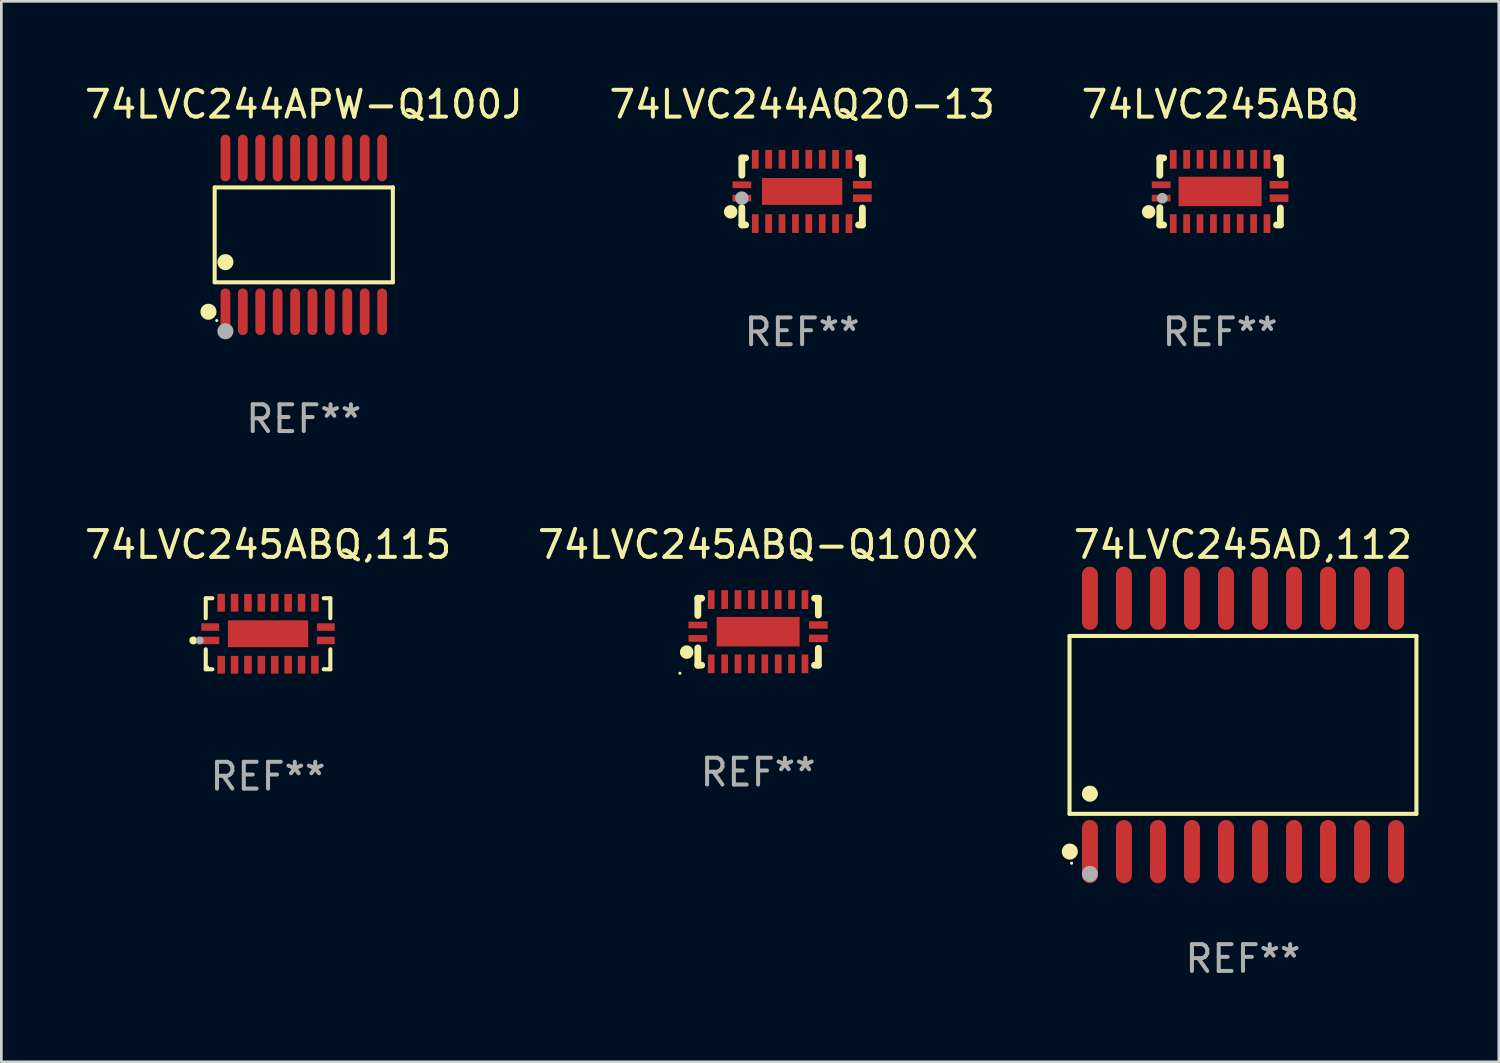
<source format=kicad_pcb>
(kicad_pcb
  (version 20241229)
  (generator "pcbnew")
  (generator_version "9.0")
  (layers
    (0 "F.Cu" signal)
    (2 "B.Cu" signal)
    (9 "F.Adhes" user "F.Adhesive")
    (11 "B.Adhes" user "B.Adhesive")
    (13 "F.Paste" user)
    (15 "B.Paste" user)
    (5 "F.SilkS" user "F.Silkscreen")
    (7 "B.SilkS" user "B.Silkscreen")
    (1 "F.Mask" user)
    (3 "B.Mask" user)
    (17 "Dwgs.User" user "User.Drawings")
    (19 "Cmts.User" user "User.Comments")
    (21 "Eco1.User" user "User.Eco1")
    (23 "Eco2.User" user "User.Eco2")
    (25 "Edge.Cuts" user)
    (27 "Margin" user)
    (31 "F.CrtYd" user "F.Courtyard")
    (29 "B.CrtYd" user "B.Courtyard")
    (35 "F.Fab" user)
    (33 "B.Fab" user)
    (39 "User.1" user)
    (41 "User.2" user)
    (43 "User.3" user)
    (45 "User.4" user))
  (footprint "74LVC245AD,112"
    (layer "F.Cu")
    (at 43.36 24.017)
    (property "Reference" "74LVC245AD,112" (at 0 -6.73 0) (layer "F.SilkS") (effects (font (size 1 1) (thickness 0.15))))
    (attr through_hole)
    (fp_line (start -6.476 -3.321) (end 6.476 -3.321) (stroke (width 0.152) (type solid)) (layer "F.SilkS"))
    (fp_line (start -6.476 3.321) (end -6.476 -3.321) (stroke (width 0.152) (type solid)) (layer "F.SilkS"))
    (fp_line (start 6.476 -3.321) (end 6.476 3.321) (stroke (width 0.152) (type solid)) (layer "F.SilkS"))
    (fp_line (start 6.476 3.321) (end -6.476 3.321) (stroke (width 0.152) (type solid)) (layer "F.SilkS"))
    (fp_circle (center -6.465 4.73) (end -6.315 4.73) (stroke (width 0.3) (type solid)) (fill no) (layer "F.SilkS"))
    (fp_circle (center -6.4 5.163) (end -6.37 5.163) (stroke (width 0.06) (type solid)) (fill no) (layer "F.SilkS"))
    (fp_circle (center -5.715 2.569) (end -5.565 2.569) (stroke (width 0.3) (type solid)) (fill no) (layer "F.SilkS"))
    (fp_circle (center -5.715 5.563) (end -5.565 5.563) (stroke (width 0.3) (type solid)) (fill no) (layer "F.Fab"))
    (fp_text user "REF**" (at 0 8.73 0) (layer "F.Fab") (effects (font (size 1 1) (thickness 0.15))))
    (pad "1" smd oval (at -5.715 4.73) (size 0.595 2.36) (layers "F.Cu" "F.Mask" "F.Paste"))
    (pad "2" smd oval (at -4.445 4.73) (size 0.595 2.36) (layers "F.Cu" "F.Mask" "F.Paste"))
    (pad "3" smd oval (at -3.175 4.73) (size 0.595 2.36) (layers "F.Cu" "F.Mask" "F.Paste"))
    (pad "4" smd oval (at -1.905 4.73) (size 0.595 2.36) (layers "F.Cu" "F.Mask" "F.Paste"))
    (pad "5" smd oval (at -0.635 4.73) (size 0.595 2.36) (layers "F.Cu" "F.Mask" "F.Paste"))
    (pad "6" smd oval (at 0.635 4.73) (size 0.595 2.36) (layers "F.Cu" "F.Mask" "F.Paste"))
    (pad "7" smd oval (at 1.905 4.73) (size 0.595 2.36) (layers "F.Cu" "F.Mask" "F.Paste"))
    (pad "8" smd oval (at 3.175 4.73) (size 0.595 2.36) (layers "F.Cu" "F.Mask" "F.Paste"))
    (pad "9" smd oval (at 4.445 4.73) (size 0.595 2.36) (layers "F.Cu" "F.Mask" "F.Paste"))
    (pad "10" smd oval (at 5.715 4.73) (size 0.595 2.36) (layers "F.Cu" "F.Mask" "F.Paste"))
    (pad "11" smd oval (at 5.715 -4.73) (size 0.595 2.36) (layers "F.Cu" "F.Mask" "F.Paste"))
    (pad "12" smd oval (at 4.445 -4.73) (size 0.595 2.36) (layers "F.Cu" "F.Mask" "F.Paste"))
    (pad "13" smd oval (at 3.175 -4.73) (size 0.595 2.36) (layers "F.Cu" "F.Mask" "F.Paste"))
    (pad "14" smd oval (at 1.905 -4.73) (size 0.595 2.36) (layers "F.Cu" "F.Mask" "F.Paste"))
    (pad "15" smd oval (at 0.635 -4.73) (size 0.595 2.36) (layers "F.Cu" "F.Mask" "F.Paste"))
    (pad "16" smd oval (at -0.635 -4.73) (size 0.595 2.36) (layers "F.Cu" "F.Mask" "F.Paste"))
    (pad "17" smd oval (at -1.905 -4.73) (size 0.595 2.36) (layers "F.Cu" "F.Mask" "F.Paste"))
    (pad "18" smd oval (at -3.175 -4.73) (size 0.595 2.36) (layers "F.Cu" "F.Mask" "F.Paste"))
    (pad "19" smd oval (at -4.445 -4.73) (size 0.595 2.36) (layers "F.Cu" "F.Mask" "F.Paste"))
    (pad "20" smd oval (at -5.715 -4.73) (size 0.595 2.36) (layers "F.Cu" "F.Mask" "F.Paste")))
  (footprint "74LVC245ABQ-Q100X"
    (layer "F.Cu")
    (at 25.256 20.537)
    (property "Reference" "74LVC245ABQ-Q100X" (at 0 -3.25 0) (layer "F.SilkS") (effects (font (size 1 1) (thickness 0.15))))
    (attr through_hole)
    (fp_line (start -2.25 0.605) (end -2.25 1.25) (stroke (width 0.254) (type solid)) (layer "F.SilkS"))
    (fp_line (start -2.25 1.25) (end -2.107 1.25) (stroke (width 0.254) (type solid)) (layer "F.SilkS"))
    (fp_line (start -2.25 -1.25) (end -2.25 -0.606) (stroke (width 0.254) (type solid)) (layer "F.SilkS"))
    (fp_line (start -2.25 -1.25) (end -2.107 -1.25) (stroke (width 0.254) (type solid)) (layer "F.SilkS"))
    (fp_line (start 2.107 -1.25) (end 2.25 -1.25) (stroke (width 0.254) (type solid)) (layer "F.SilkS"))
    (fp_line (start 2.107 1.25) (end 2.25 1.25) (stroke (width 0.254) (type solid)) (layer "F.SilkS"))
    (fp_line (start 2.25 -1.25) (end 2.25 -0.622) (stroke (width 0.254) (type solid)) (layer "F.SilkS"))
    (fp_line (start 2.25 0.62) (end 2.25 1.25) (stroke (width 0.254) (type solid)) (layer "F.SilkS"))
    (fp_circle (center -2.921 1.55) (end -2.891 1.55) (stroke (width 0.06) (type solid)) (fill no) (layer "F.SilkS"))
    (fp_circle (center -2.667 0.762) (end -2.54 0.762) (stroke (width 0.254) (type solid)) (fill no) (layer "F.SilkS"))
    (fp_text user "REF**" (at 0 5.25 0) (layer "F.Fab") (effects (font (size 1 1) (thickness 0.15))))
    (pad "1" smd rect (at -2.25 0.25 180) (size 0.7 0.25) (layers "F.Cu" "F.Mask" "F.Paste"))
    (pad "2" smd rect (at -1.75 1.2 90) (size 0.7 0.25) (layers "F.Cu" "F.Mask" "F.Paste"))
    (pad "3" smd rect (at -1.25 1.2 90) (size 0.7 0.25) (layers "F.Cu" "F.Mask" "F.Paste"))
    (pad "4" smd rect (at -0.751 1.2 90) (size 0.7 0.25) (layers "F.Cu" "F.Mask" "F.Paste"))
    (pad "5" smd rect (at -0.25 1.2 90) (size 0.7 0.25) (layers "F.Cu" "F.Mask" "F.Paste"))
    (pad "6" smd rect (at 0.25 1.2 90) (size 0.7 0.25) (layers "F.Cu" "F.Mask" "F.Paste"))
    (pad "7" smd rect (at 0.751 1.2 90) (size 0.7 0.25) (layers "F.Cu" "F.Mask" "F.Paste"))
    (pad "8" smd rect (at 1.25 1.2 90) (size 0.7 0.25) (layers "F.Cu" "F.Mask" "F.Paste"))
    (pad "9" smd rect (at 1.75 1.2 90) (size 0.7 0.25) (layers "F.Cu" "F.Mask" "F.Paste"))
    (pad "10" smd rect (at 2.25 0.25 180) (size 0.7 0.28) (layers "F.Cu" "F.Mask" "F.Paste"))
    (pad "11" smd rect (at 2.25 -0.251 180) (size 0.7 0.28) (layers "F.Cu" "F.Mask" "F.Paste"))
    (pad "12" smd rect (at 1.75 -1.2 90) (size 0.7 0.25) (layers "F.Cu" "F.Mask" "F.Paste"))
    (pad "13" smd rect (at 1.25 -1.2 90) (size 0.7 0.25) (layers "F.Cu" "F.Mask" "F.Paste"))
    (pad "14" smd rect (at 0.751 -1.2 90) (size 0.7 0.25) (layers "F.Cu" "F.Mask" "F.Paste"))
    (pad "15" smd rect (at 0.25 -1.2 90) (size 0.7 0.25) (layers "F.Cu" "F.Mask" "F.Paste"))
    (pad "16" smd rect (at -0.25 -1.2 90) (size 0.7 0.25) (layers "F.Cu" "F.Mask" "F.Paste"))
    (pad "17" smd rect (at -0.751 -1.2 90) (size 0.7 0.25) (layers "F.Cu" "F.Mask" "F.Paste"))
    (pad "18" smd rect (at -1.25 -1.2 90) (size 0.7 0.25) (layers "F.Cu" "F.Mask" "F.Paste"))
    (pad "19" smd rect (at -1.75 -1.2 90) (size 0.7 0.25) (layers "F.Cu" "F.Mask" "F.Paste"))
    (pad "20" smd rect (at -2.25 -0.25 180) (size 0.7 0.25) (layers "F.Cu" "F.Mask" "F.Paste"))
    (pad "21" smd rect (at 0 -0.001 180) (size 3.1 1.1) (layers "F.Cu" "F.Mask" "F.Paste")))
  (footprint "74LVC245ABQ"
    (layer "F.Cu")
    (at 42.506 4.098)
    (property "Reference" "74LVC245ABQ" (at 0 -3.25 0) (layer "F.SilkS") (effects (font (size 1 1) (thickness 0.15))))
    (attr through_hole)
    (fp_line (start -2.25 0.605) (end -2.25 1.25) (stroke (width 0.254) (type solid)) (layer "F.SilkS"))
    (fp_line (start -2.25 1.25) (end -2.107 1.25) (stroke (width 0.254) (type solid)) (layer "F.SilkS"))
    (fp_line (start -2.25 -1.25) (end -2.25 -0.606) (stroke (width 0.254) (type solid)) (layer "F.SilkS"))
    (fp_line (start -2.25 -1.25) (end -2.107 -1.25) (stroke (width 0.254) (type solid)) (layer "F.SilkS"))
    (fp_line (start 2.107 -1.25) (end 2.25 -1.25) (stroke (width 0.254) (type solid)) (layer "F.SilkS"))
    (fp_line (start 2.107 1.25) (end 2.25 1.25) (stroke (width 0.254) (type solid)) (layer "F.SilkS"))
    (fp_line (start 2.25 -1.25) (end 2.25 -0.622) (stroke (width 0.254) (type solid)) (layer "F.SilkS"))
    (fp_line (start 2.25 0.62) (end 2.25 1.25) (stroke (width 0.254) (type solid)) (layer "F.SilkS"))
    (fp_circle (center -2.667 0.762) (end -2.54 0.762) (stroke (width 0.254) (type solid)) (fill no) (layer "F.SilkS"))
    (fp_circle (center -2.25 1.249) (end -2.22 1.249) (stroke (width 0.06) (type solid)) (fill no) (layer "F.SilkS"))
    (fp_circle (center -2.159 0.254) (end -2.059 0.254) (stroke (width 0.2) (type solid)) (fill no) (layer "F.Fab"))
    (fp_text user "REF**" (at 0 5.25 0) (layer "F.Fab") (effects (font (size 1 1) (thickness 0.15))))
    (pad "1" smd rect (at -2.2 0.25 180) (size 0.7 0.25) (layers "F.Cu" "F.Mask" "F.Paste"))
    (pad "2" smd rect (at -1.75 1.2 90) (size 0.7 0.25) (layers "F.Cu" "F.Mask" "F.Paste"))
    (pad "3" smd rect (at -1.25 1.2 90) (size 0.7 0.25) (layers "F.Cu" "F.Mask" "F.Paste"))
    (pad "4" smd rect (at -0.75 1.2 90) (size 0.7 0.25) (layers "F.Cu" "F.Mask" "F.Paste"))
    (pad "5" smd rect (at -0.25 1.2 90) (size 0.7 0.25) (layers "F.Cu" "F.Mask" "F.Paste"))
    (pad "6" smd rect (at 0.25 1.2 90) (size 0.7 0.25) (layers "F.Cu" "F.Mask" "F.Paste"))
    (pad "7" smd rect (at 0.75 1.2 90) (size 0.7 0.25) (layers "F.Cu" "F.Mask" "F.Paste"))
    (pad "8" smd rect (at 1.25 1.2 90) (size 0.7 0.25) (layers "F.Cu" "F.Mask" "F.Paste"))
    (pad "9" smd rect (at 1.75 1.2 90) (size 0.7 0.25) (layers "F.Cu" "F.Mask" "F.Paste"))
    (pad "10" smd rect (at 2.2 0.25 180) (size 0.7 0.28) (layers "F.Cu" "F.Mask" "F.Paste"))
    (pad "11" smd rect (at 2.2 -0.25 180) (size 0.7 0.28) (layers "F.Cu" "F.Mask" "F.Paste"))
    (pad "12" smd rect (at 1.75 -1.2 90) (size 0.7 0.25) (layers "F.Cu" "F.Mask" "F.Paste"))
    (pad "13" smd rect (at 1.25 -1.2 90) (size 0.7 0.25) (layers "F.Cu" "F.Mask" "F.Paste"))
    (pad "14" smd rect (at 0.75 -1.2 90) (size 0.7 0.25) (layers "F.Cu" "F.Mask" "F.Paste"))
    (pad "15" smd rect (at 0.25 -1.2 90) (size 0.7 0.25) (layers "F.Cu" "F.Mask" "F.Paste"))
    (pad "16" smd rect (at -0.25 -1.2 90) (size 0.7 0.25) (layers "F.Cu" "F.Mask" "F.Paste"))
    (pad "17" smd rect (at -0.75 -1.2 90) (size 0.7 0.25) (layers "F.Cu" "F.Mask" "F.Paste"))
    (pad "18" smd rect (at -1.25 -1.2 90) (size 0.7 0.25) (layers "F.Cu" "F.Mask" "F.Paste"))
    (pad "19" smd rect (at -1.75 -1.2 90) (size 0.7 0.25) (layers "F.Cu" "F.Mask" "F.Paste"))
    (pad "20" smd rect (at -2.2 -0.25 180) (size 0.7 0.25) (layers "F.Cu" "F.Mask" "F.Paste"))
    (pad "21" smd rect (at 0 -0.000013 180) (size 3.1 1.1) (layers "F.Cu" "F.Mask" "F.Paste")))
  (footprint "74LVC245ABQ,115"
    (layer "F.Cu")
    (at 6.958 20.613)
    (property "Reference" "74LVC245ABQ,115" (at 0 -3.326 0) (layer "F.SilkS") (effects (font (size 1 1) (thickness 0.15))))
    (attr through_hole)
    (fp_line (start -2.326 -1.326) (end -2.08 -1.326) (stroke (width 0.152) (type solid)) (layer "F.SilkS"))
    (fp_line (start -2.326 -0.58) (end -2.326 -1.326) (stroke (width 0.152) (type solid)) (layer "F.SilkS"))
    (fp_line (start -2.326 0.58) (end -2.326 1.326) (stroke (width 0.152) (type solid)) (layer "F.SilkS"))
    (fp_line (start -2.326 1.326) (end -2.08 1.326) (stroke (width 0.152) (type solid)) (layer "F.SilkS"))
    (fp_line (start 2.326 -1.326) (end 2.08 -1.326) (stroke (width 0.152) (type solid)) (layer "F.SilkS"))
    (fp_line (start 2.326 -0.58) (end 2.326 -1.326) (stroke (width 0.152) (type solid)) (layer "F.SilkS"))
    (fp_line (start 2.326 0.58) (end 2.326 1.326) (stroke (width 0.152) (type solid)) (layer "F.SilkS"))
    (fp_line (start 2.326 1.326) (end 2.08 1.326) (stroke (width 0.152) (type solid)) (layer "F.SilkS"))
    (fp_circle (center -2.79 0.25) (end -2.715 0.25) (stroke (width 0.15) (type solid)) (fill no) (layer "F.SilkS"))
    (fp_circle (center -2.25 1.25) (end -2.22 1.25) (stroke (width 0.06) (type solid)) (fill no) (layer "F.SilkS"))
    (fp_circle (center -2.55 0.25) (end -2.475 0.25) (stroke (width 0.15) (type solid)) (fill no) (layer "F.Fab"))
    (fp_text user "REF**" (at 0 5.326 0) (layer "F.Fab") (effects (font (size 1 1) (thickness 0.15))))
    (pad "1" smd rect (at -2.157 0.25) (size 0.665 0.28) (layers "F.Cu" "F.Mask" "F.Paste"))
    (pad "2" smd rect (at -1.75 1.157) (size 0.28 0.665) (layers "F.Cu" "F.Mask" "F.Paste"))
    (pad "3" smd rect (at -1.25 1.157) (size 0.28 0.665) (layers "F.Cu" "F.Mask" "F.Paste"))
    (pad "4" smd rect (at -0.75 1.157) (size 0.28 0.665) (layers "F.Cu" "F.Mask" "F.Paste"))
    (pad "5" smd rect (at -0.25 1.157) (size 0.28 0.665) (layers "F.Cu" "F.Mask" "F.Paste"))
    (pad "6" smd rect (at 0.25 1.157) (size 0.28 0.665) (layers "F.Cu" "F.Mask" "F.Paste"))
    (pad "7" smd rect (at 0.75 1.157) (size 0.28 0.665) (layers "F.Cu" "F.Mask" "F.Paste"))
    (pad "8" smd rect (at 1.25 1.157) (size 0.28 0.665) (layers "F.Cu" "F.Mask" "F.Paste"))
    (pad "9" smd rect (at 1.75 1.157) (size 0.28 0.665) (layers "F.Cu" "F.Mask" "F.Paste"))
    (pad "10" smd rect (at 2.157 0.25) (size 0.665 0.28) (layers "F.Cu" "F.Mask" "F.Paste"))
    (pad "11" smd rect (at 2.157 -0.25) (size 0.665 0.28) (layers "F.Cu" "F.Mask" "F.Paste"))
    (pad "12" smd rect (at 1.75 -1.157) (size 0.28 0.665) (layers "F.Cu" "F.Mask" "F.Paste"))
    (pad "13" smd rect (at 1.25 -1.157) (size 0.28 0.665) (layers "F.Cu" "F.Mask" "F.Paste"))
    (pad "14" smd rect (at 0.75 -1.157) (size 0.28 0.665) (layers "F.Cu" "F.Mask" "F.Paste"))
    (pad "15" smd rect (at 0.25 -1.157) (size 0.28 0.665) (layers "F.Cu" "F.Mask" "F.Paste"))
    (pad "16" smd rect (at -0.25 -1.157) (size 0.28 0.665) (layers "F.Cu" "F.Mask" "F.Paste"))
    (pad "17" smd rect (at -0.75 -1.157) (size 0.28 0.665) (layers "F.Cu" "F.Mask" "F.Paste"))
    (pad "18" smd rect (at -1.25 -1.157) (size 0.28 0.665) (layers "F.Cu" "F.Mask" "F.Paste"))
    (pad "19" smd rect (at -1.75 -1.157) (size 0.28 0.665) (layers "F.Cu" "F.Mask" "F.Paste"))
    (pad "20" smd rect (at -2.157 -0.25) (size 0.665 0.28) (layers "F.Cu" "F.Mask" "F.Paste"))
    (pad "21" smd rect (at 0 0) (size 3 1) (layers "F.Cu" "F.Mask" "F.Paste")))
  (footprint "74LVC244APW-Q100J"
    (layer "F.Cu")
    (at 8.292 5.719)
    (property "Reference" "74LVC244APW-Q100J" (at 0 -4.871 0) (layer "F.SilkS") (effects (font (size 1 1) (thickness 0.15))))
    (attr through_hole)
    (fp_line (start -3.326 -1.771) (end 3.326 -1.771) (stroke (width 0.152) (type solid)) (layer "F.SilkS"))
    (fp_line (start -3.326 1.771) (end -3.326 -1.771) (stroke (width 0.152) (type solid)) (layer "F.SilkS"))
    (fp_line (start 3.326 -1.771) (end 3.326 1.771) (stroke (width 0.152) (type solid)) (layer "F.SilkS"))
    (fp_line (start 3.326 1.771) (end -3.326 1.771) (stroke (width 0.152) (type solid)) (layer "F.SilkS"))
    (fp_circle (center -3.559 2.871) (end -3.409 2.871) (stroke (width 0.3) (type solid)) (fill no) (layer "F.SilkS"))
    (fp_circle (center -3.25 3.2) (end -3.22 3.2) (stroke (width 0.06) (type solid)) (fill no) (layer "F.SilkS"))
    (fp_circle (center -2.925 1.019) (end -2.775 1.019) (stroke (width 0.3) (type solid)) (fill no) (layer "F.SilkS"))
    (fp_circle (center -2.925 3.6) (end -2.775 3.6) (stroke (width 0.3) (type solid)) (fill no) (layer "F.Fab"))
    (fp_text user "REF**" (at 0 6.871 0) (layer "F.Fab") (effects (font (size 1 1) (thickness 0.15))))
    (pad "1" smd oval (at -2.925 2.871) (size 0.364 1.742) (layers "F.Cu" "F.Mask" "F.Paste"))
    (pad "2" smd oval (at -2.275 2.871) (size 0.364 1.742) (layers "F.Cu" "F.Mask" "F.Paste"))
    (pad "3" smd oval (at -1.625 2.871) (size 0.364 1.742) (layers "F.Cu" "F.Mask" "F.Paste"))
    (pad "4" smd oval (at -0.975 2.871) (size 0.364 1.742) (layers "F.Cu" "F.Mask" "F.Paste"))
    (pad "5" smd oval (at -0.325 2.871) (size 0.364 1.742) (layers "F.Cu" "F.Mask" "F.Paste"))
    (pad "6" smd oval (at 0.325 2.871) (size 0.364 1.742) (layers "F.Cu" "F.Mask" "F.Paste"))
    (pad "7" smd oval (at 0.975 2.871) (size 0.364 1.742) (layers "F.Cu" "F.Mask" "F.Paste"))
    (pad "8" smd oval (at 1.625 2.871) (size 0.364 1.742) (layers "F.Cu" "F.Mask" "F.Paste"))
    (pad "9" smd oval (at 2.275 2.871) (size 0.364 1.742) (layers "F.Cu" "F.Mask" "F.Paste"))
    (pad "10" smd oval (at 2.925 2.871) (size 0.364 1.742) (layers "F.Cu" "F.Mask" "F.Paste"))
    (pad "11" smd oval (at 2.925 -2.871) (size 0.364 1.742) (layers "F.Cu" "F.Mask" "F.Paste"))
    (pad "12" smd oval (at 2.275 -2.871) (size 0.364 1.742) (layers "F.Cu" "F.Mask" "F.Paste"))
    (pad "13" smd oval (at 1.625 -2.871) (size 0.364 1.742) (layers "F.Cu" "F.Mask" "F.Paste"))
    (pad "14" smd oval (at 0.975 -2.871) (size 0.364 1.742) (layers "F.Cu" "F.Mask" "F.Paste"))
    (pad "15" smd oval (at 0.325 -2.871) (size 0.364 1.742) (layers "F.Cu" "F.Mask" "F.Paste"))
    (pad "16" smd oval (at -0.325 -2.871) (size 0.364 1.742) (layers "F.Cu" "F.Mask" "F.Paste"))
    (pad "17" smd oval (at -0.975 -2.871) (size 0.364 1.742) (layers "F.Cu" "F.Mask" "F.Paste"))
    (pad "18" smd oval (at -1.625 -2.871) (size 0.364 1.742) (layers "F.Cu" "F.Mask" "F.Paste"))
    (pad "19" smd oval (at -2.275 -2.871) (size 0.364 1.742) (layers "F.Cu" "F.Mask" "F.Paste"))
    (pad "20" smd oval (at -2.925 -2.871) (size 0.364 1.742) (layers "F.Cu" "F.Mask" "F.Paste")))
  (footprint "74LVC244AQ20-13"
    (layer "F.Cu")
    (at 26.899 4.098)
    (property "Reference" "74LVC244AQ20-13" (at 0 -3.25 0) (layer "F.SilkS") (effects (font (size 1 1) (thickness 0.15))))
    (attr through_hole)
    (fp_line (start -2.25 0.605) (end -2.25 1.25) (stroke (width 0.254) (type solid)) (layer "F.SilkS"))
    (fp_line (start -2.25 1.25) (end -2.107 1.25) (stroke (width 0.254) (type solid)) (layer "F.SilkS"))
    (fp_line (start -2.25 -1.25) (end -2.25 -0.606) (stroke (width 0.254) (type solid)) (layer "F.SilkS"))
    (fp_line (start -2.25 -1.25) (end -2.107 -1.25) (stroke (width 0.254) (type solid)) (layer "F.SilkS"))
    (fp_line (start 2.107 -1.25) (end 2.25 -1.25) (stroke (width 0.254) (type solid)) (layer "F.SilkS"))
    (fp_line (start 2.107 1.25) (end 2.25 1.25) (stroke (width 0.254) (type solid)) (layer "F.SilkS"))
    (fp_line (start 2.25 -1.25) (end 2.25 -0.622) (stroke (width 0.254) (type solid)) (layer "F.SilkS"))
    (fp_line (start 2.25 0.62) (end 2.25 1.25) (stroke (width 0.254) (type solid)) (layer "F.SilkS"))
    (fp_circle (center -2.667 0.762) (end -2.54 0.762) (stroke (width 0.254) (type solid)) (fill no) (layer "F.SilkS"))
    (fp_circle (center -2.25 1.25) (end -2.22 1.25) (stroke (width 0.06) (type solid)) (fill no) (layer "F.SilkS"))
    (fp_circle (center -2.25 0.25) (end -2.123 0.25) (stroke (width 0.254) (type solid)) (fill no) (layer "F.Fab"))
    (fp_text user "REF**" (at 0 5.25 0) (layer "F.Fab") (effects (font (size 1 1) (thickness 0.15))))
    (pad "1" smd rect (at -2.25 0.25 180) (size 0.7 0.25) (layers "F.Cu" "F.Mask" "F.Paste"))
    (pad "2" smd rect (at -1.75 1.2 90) (size 0.7 0.25) (layers "F.Cu" "F.Mask" "F.Paste"))
    (pad "3" smd rect (at -1.25 1.2 90) (size 0.7 0.25) (layers "F.Cu" "F.Mask" "F.Paste"))
    (pad "4" smd rect (at -0.75 1.2 90) (size 0.7 0.25) (layers "F.Cu" "F.Mask" "F.Paste"))
    (pad "5" smd rect (at -0.25 1.2 90) (size 0.7 0.25) (layers "F.Cu" "F.Mask" "F.Paste"))
    (pad "6" smd rect (at 0.25 1.2 90) (size 0.7 0.25) (layers "F.Cu" "F.Mask" "F.Paste"))
    (pad "7" smd rect (at 0.75 1.2 90) (size 0.7 0.25) (layers "F.Cu" "F.Mask" "F.Paste"))
    (pad "8" smd rect (at 1.25 1.2 90) (size 0.7 0.25) (layers "F.Cu" "F.Mask" "F.Paste"))
    (pad "9" smd rect (at 1.75 1.2 90) (size 0.7 0.25) (layers "F.Cu" "F.Mask" "F.Paste"))
    (pad "10" smd rect (at 2.25 0.25 180) (size 0.7 0.28) (layers "F.Cu" "F.Mask" "F.Paste"))
    (pad "11" smd rect (at 2.25 -0.25 180) (size 0.7 0.28) (layers "F.Cu" "F.Mask" "F.Paste"))
    (pad "12" smd rect (at 1.75 -1.2 90) (size 0.7 0.25) (layers "F.Cu" "F.Mask" "F.Paste"))
    (pad "13" smd rect (at 1.25 -1.2 90) (size 0.7 0.25) (layers "F.Cu" "F.Mask" "F.Paste"))
    (pad "14" smd rect (at 0.75 -1.2 90) (size 0.7 0.25) (layers "F.Cu" "F.Mask" "F.Paste"))
    (pad "15" smd rect (at 0.25 -1.2 90) (size 0.7 0.25) (layers "F.Cu" "F.Mask" "F.Paste"))
    (pad "16" smd rect (at -0.25 -1.2 90) (size 0.7 0.25) (layers "F.Cu" "F.Mask" "F.Paste"))
    (pad "17" smd rect (at -0.75 -1.2 90) (size 0.7 0.25) (layers "F.Cu" "F.Mask" "F.Paste"))
    (pad "18" smd rect (at -1.25 -1.2 90) (size 0.7 0.25) (layers "F.Cu" "F.Mask" "F.Paste"))
    (pad "19" smd rect (at -1.75 -1.2 90) (size 0.7 0.25) (layers "F.Cu" "F.Mask" "F.Paste"))
    (pad "20" smd rect (at -2.25 -0.25 180) (size 0.7 0.25) (layers "F.Cu" "F.Mask" "F.Paste"))
    (pad "21" smd rect (at 0 -0.000013 180) (size 3 1) (layers "F.Cu" "F.Mask" "F.Paste")))
  (gr_rect
    (start -3 -3)
    (end 52.913 36.595)
    (stroke (width 0.1) (type default))
    (fill no)
    (layer "Edge.Cuts")))
</source>
